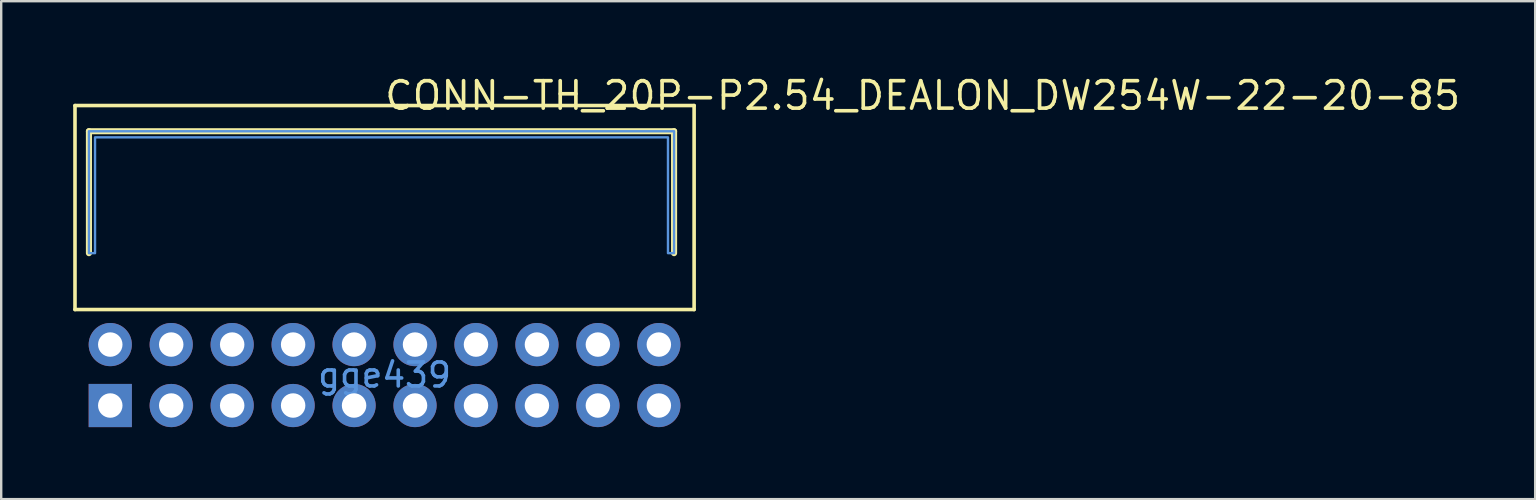
<source format=kicad_pcb>
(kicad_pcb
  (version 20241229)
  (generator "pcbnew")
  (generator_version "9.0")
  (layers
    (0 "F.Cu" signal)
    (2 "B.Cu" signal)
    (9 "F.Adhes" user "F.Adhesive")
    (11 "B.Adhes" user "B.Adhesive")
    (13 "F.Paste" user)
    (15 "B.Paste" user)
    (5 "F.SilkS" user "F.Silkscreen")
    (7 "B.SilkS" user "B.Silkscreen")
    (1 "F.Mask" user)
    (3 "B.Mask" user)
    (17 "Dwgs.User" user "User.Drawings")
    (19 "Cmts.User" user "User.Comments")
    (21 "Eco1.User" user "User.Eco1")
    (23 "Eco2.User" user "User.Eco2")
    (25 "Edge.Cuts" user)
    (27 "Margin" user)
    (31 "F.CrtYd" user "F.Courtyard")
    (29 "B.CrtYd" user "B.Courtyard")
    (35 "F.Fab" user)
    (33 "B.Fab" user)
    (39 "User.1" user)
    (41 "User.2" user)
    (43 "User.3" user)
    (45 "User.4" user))
  (footprint "CONN-TH_20P-P2.54_DEALON_DW254W-22-20-85"
    (layer "F.Cu")
    (at 12.975 12.579)
    (property "Reference" "CONN-TH_20P-P2.54_DEALON_DW254W-22-20-85" (at -0.073 -11.644 0) (layer "F.SilkS") (effects (font (size 1.143 1.143) (thickness 0.152)) (justify left)))
    (attr through_hole)
    (fp_line (start -12.9 -11.23) (end 12.9 -11.23) (stroke (width 0.15) (type solid)) (layer "F.SilkS"))
    (fp_line (start -12.9 -2.73) (end -12.9 -11.23) (stroke (width 0.15) (type solid)) (layer "F.SilkS"))
    (fp_line (start -12.319 -10.16) (end 12.065 -10.16) (stroke (width 0.254) (type solid)) (layer "F.SilkS"))
    (fp_line (start -12.319 -5.08) (end -12.319 -10.16) (stroke (width 0.254) (type solid)) (layer "F.SilkS"))
    (fp_line (start 12.065 -10.16) (end 12.065 -5.08) (stroke (width 0.254) (type solid)) (layer "F.SilkS"))
    (fp_line (start 12.9 -11.23) (end 12.9 -2.73) (stroke (width 0.15) (type solid)) (layer "F.SilkS"))
    (fp_line (start 12.9 -2.73) (end -12.9 -2.73) (stroke (width 0.15) (type solid)) (layer "F.SilkS"))
    (fp_poly (pts (xy 12.065 -5.08) (xy 12.065 -10.16) (xy -12.319 -10.16) (xy -12.319 -5.08) (xy -12.065 -5.08) (xy -12.065 -9.906) (xy 11.811 -9.906) (xy 11.811 -5.08)) (stroke (width 0.1) (type solid)) (fill no) (layer "Cmts.User"))
    (fp_text user "gge439" (at 0 0 0) (layer "Cmts.User") (effects (font (size 1 1) (thickness 0.15))))
    (pad "1" thru_hole rect (at -11.43 1.27) (size 1.8 1.8) (drill 1.02) (layers "*.Cu" "*.Paste" "*.Mask"))
    (pad "2" thru_hole circle (at -11.43 -1.27) (size 1.8 1.8) (drill 1.02) (layers "*.Cu" "*.Paste" "*.Mask"))
    (pad "3" thru_hole circle (at -8.89 1.27) (size 1.8 1.8) (drill 1.02) (layers "*.Cu" "*.Paste" "*.Mask"))
    (pad "4" thru_hole circle (at -8.89 -1.27) (size 1.8 1.8) (drill 1.02) (layers "*.Cu" "*.Paste" "*.Mask"))
    (pad "5" thru_hole circle (at -6.35 1.27) (size 1.8 1.8) (drill 1.02) (layers "*.Cu" "*.Paste" "*.Mask"))
    (pad "6" thru_hole circle (at -6.35 -1.27) (size 1.8 1.8) (drill 1.02) (layers "*.Cu" "*.Paste" "*.Mask"))
    (pad "7" thru_hole circle (at -3.81 1.27) (size 1.8 1.8) (drill 1.02) (layers "*.Cu" "*.Paste" "*.Mask"))
    (pad "8" thru_hole circle (at -3.81 -1.27) (size 1.8 1.8) (drill 1.02) (layers "*.Cu" "*.Paste" "*.Mask"))
    (pad "9" thru_hole circle (at -1.27 1.27) (size 1.8 1.8) (drill 1.02) (layers "*.Cu" "*.Paste" "*.Mask"))
    (pad "10" thru_hole circle (at -1.27 -1.27) (size 1.8 1.8) (drill 1.02) (layers "*.Cu" "*.Paste" "*.Mask"))
    (pad "11" thru_hole circle (at 1.27 1.27) (size 1.8 1.8) (drill 1.02) (layers "*.Cu" "*.Paste" "*.Mask"))
    (pad "12" thru_hole circle (at 1.27 -1.27) (size 1.8 1.8) (drill 1.02) (layers "*.Cu" "*.Paste" "*.Mask"))
    (pad "13" thru_hole circle (at 3.81 1.27) (size 1.8 1.8) (drill 1.02) (layers "*.Cu" "*.Paste" "*.Mask"))
    (pad "14" thru_hole circle (at 3.81 -1.27) (size 1.8 1.8) (drill 1.02) (layers "*.Cu" "*.Paste" "*.Mask"))
    (pad "15" thru_hole circle (at 6.35 1.27) (size 1.8 1.8) (drill 1.02) (layers "*.Cu" "*.Paste" "*.Mask"))
    (pad "16" thru_hole circle (at 6.35 -1.27) (size 1.8 1.8) (drill 1.02) (layers "*.Cu" "*.Paste" "*.Mask"))
    (pad "17" thru_hole circle (at 8.89 1.27) (size 1.8 1.8) (drill 1.02) (layers "*.Cu" "*.Paste" "*.Mask"))
    (pad "18" thru_hole circle (at 8.89 -1.27) (size 1.8 1.8) (drill 1.02) (layers "*.Cu" "*.Paste" "*.Mask"))
    (pad "19" thru_hole circle (at 11.43 1.27) (size 1.8 1.8) (drill 1.02) (layers "*.Cu" "*.Paste" "*.Mask"))
    (pad "20" thru_hole circle (at 11.43 -1.27) (size 1.8 1.8) (drill 1.02) (layers "*.Cu" "*.Paste" "*.Mask")))
  (gr_rect
    (start -3 -3)
    (end 60.924 17.749)
    (stroke (width 0.1) (type default))
    (fill no)
    (layer "Edge.Cuts")))
</source>
